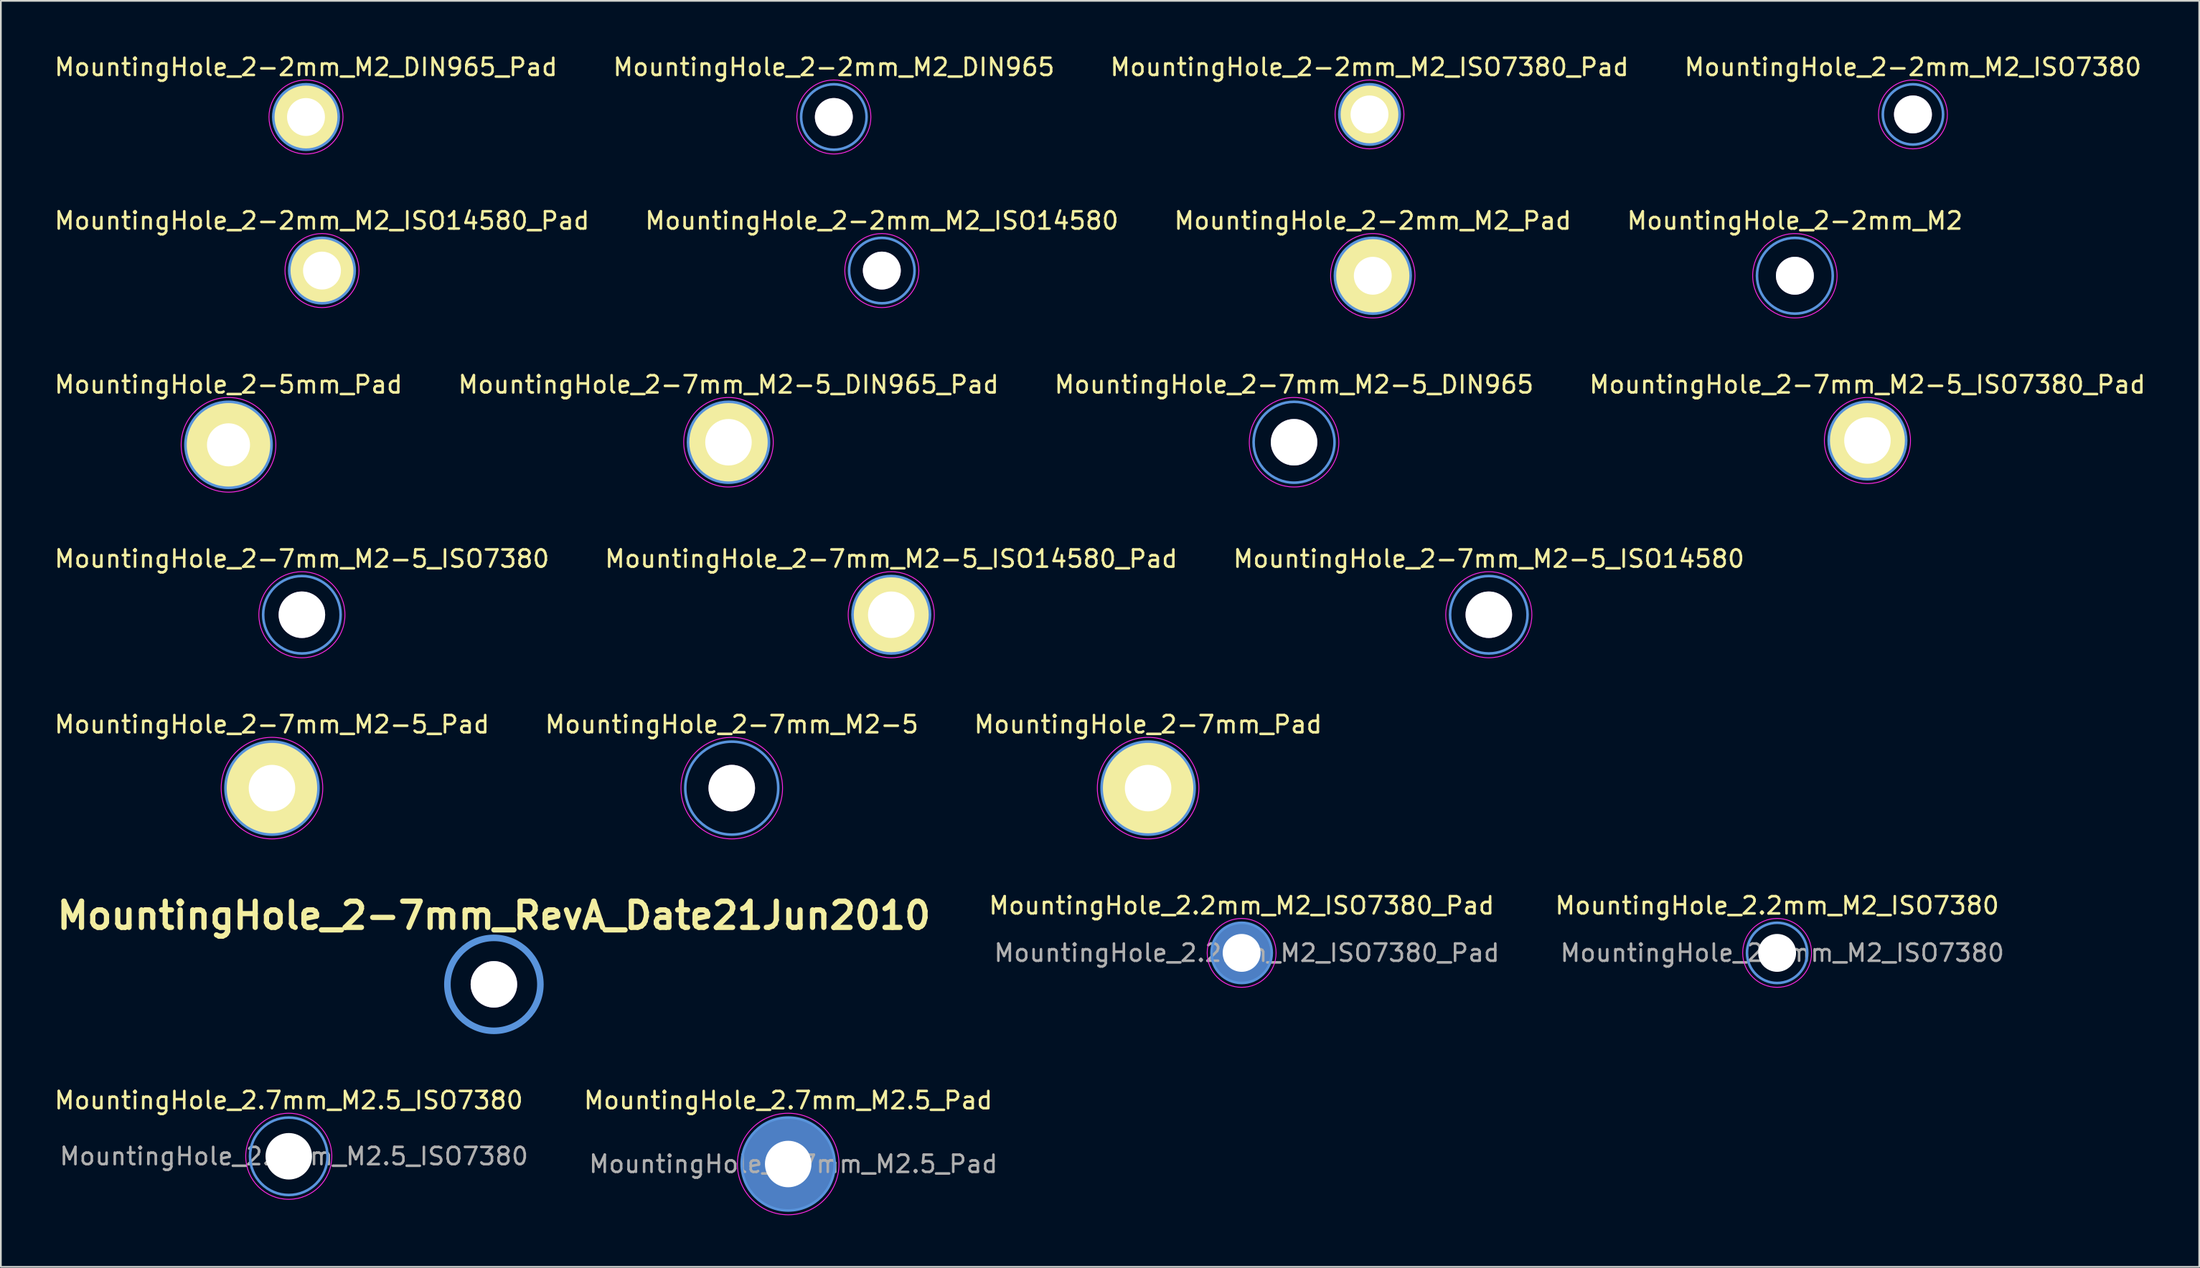
<source format=kicad_pcb>
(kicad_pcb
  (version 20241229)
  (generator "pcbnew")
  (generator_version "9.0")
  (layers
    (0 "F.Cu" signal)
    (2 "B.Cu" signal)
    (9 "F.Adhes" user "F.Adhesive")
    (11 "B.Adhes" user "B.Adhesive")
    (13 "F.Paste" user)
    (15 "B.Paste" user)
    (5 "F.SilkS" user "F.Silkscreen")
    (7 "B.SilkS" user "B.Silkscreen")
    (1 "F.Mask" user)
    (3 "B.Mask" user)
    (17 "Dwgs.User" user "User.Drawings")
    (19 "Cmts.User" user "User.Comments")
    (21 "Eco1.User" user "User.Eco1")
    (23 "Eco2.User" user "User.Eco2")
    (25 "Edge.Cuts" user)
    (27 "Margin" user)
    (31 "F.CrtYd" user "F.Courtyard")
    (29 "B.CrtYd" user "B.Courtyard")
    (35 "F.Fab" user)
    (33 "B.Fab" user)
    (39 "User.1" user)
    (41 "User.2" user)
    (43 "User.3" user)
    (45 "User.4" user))
  (footprint "MountingHole_2-2mm_M2_ISO7380"
    (layer "F.Cu")
    (at 108.042 3.598)
    (property "Reference" "MountingHole_2-2mm_M2_ISO7380" (at 0 -2.75 0) (layer "F.SilkS") (effects (font (size 1 1) (thickness 0.15))))
    (attr through_hole)
    (fp_circle (center 0 0) (end 1.75 0) (stroke (width 0.15) (type solid)) (fill no) (layer "Cmts.User"))
    (fp_circle (center 0 0) (end 2 0) (stroke (width 0.05) (type solid)) (fill no) (layer "F.CrtYd"))
    (pad "" thru_hole circle (at 0 0) (size 2.2 2.2) (drill 2.2) (layers)))
  (footprint "MountingHole_2-2mm_M2"
    (layer "F.Cu")
    (at 101.185 12.972)
    (property "Reference" "MountingHole_2-2mm_M2" (at 0 -3.2 0) (layer "F.SilkS") (effects (font (size 1 1) (thickness 0.15))))
    (attr through_hole)
    (fp_circle (center 0 0) (end 2.2 0) (stroke (width 0.15) (type solid)) (fill no) (layer "Cmts.User"))
    (fp_circle (center 0 0) (end 2.45 0) (stroke (width 0.05) (type solid)) (fill no) (layer "F.CrtYd"))
    (pad "" thru_hole circle (at 0 0) (size 2.2 2.2) (drill 2.2) (layers)))
  (footprint "MountingHole_2-7mm_M2-5_ISO14580_Pad"
    (layer "F.Cu")
    (at 48.708 32.668)
    (property "Reference" "MountingHole_2-7mm_M2-5_ISO14580_Pad" (at 0 -3.25 0) (layer "F.SilkS") (effects (font (size 1 1) (thickness 0.15))))
    (attr through_hole)
    (fp_circle (center 0 0) (end 2.25 0) (stroke (width 0.15) (type solid)) (fill no) (layer "Cmts.User"))
    (fp_circle (center 0 0) (end 2.5 0) (stroke (width 0.05) (type solid)) (fill no) (layer "F.CrtYd"))
    (pad "1" thru_hole circle (at 0 0) (size 4.5 4.5) (drill 2.7) (layers "*.Cu" "*.Mask" "F.SilkS")))
  (footprint "MountingHole_2.7mm_M2.5_ISO7380"
    (layer "F.Cu")
    (at 13.72 64.132)
    (property "Reference" "MountingHole_2.7mm_M2.5_ISO7380" (at 0 -3.25 0) (layer "F.SilkS") (effects (font (size 1 1) (thickness 0.15))))
    (attr through_hole)
    (fp_circle (center 0 0) (end 2.25 0) (stroke (width 0.15) (type solid)) (fill no) (layer "Cmts.User"))
    (fp_circle (center 0 0) (end 2.5 0) (stroke (width 0.05) (type solid)) (fill no) (layer "F.CrtYd"))
    (fp_text user "${REFERENCE}" (at 0.3 0 0) (layer "F.Fab") (effects (font (size 1 1) (thickness 0.15))))
    (pad "" np_thru_hole circle (at 0 0) (size 2.7 2.7) (drill 2.7) (layers "*.Cu" "*.Mask")))
  (footprint "MountingHole_2.7mm_M2.5_Pad"
    (layer "F.Cu")
    (at 42.723 64.582)
    (property "Reference" "MountingHole_2.7mm_M2.5_Pad" (at 0 -3.7 0) (layer "F.SilkS") (effects (font (size 1 1) (thickness 0.15))))
    (attr through_hole)
    (fp_circle (center 0 0) (end 2.7 0) (stroke (width 0.15) (type solid)) (fill no) (layer "Cmts.User"))
    (fp_circle (center 0 0) (end 2.95 0) (stroke (width 0.05) (type solid)) (fill no) (layer "F.CrtYd"))
    (fp_text user "${REFERENCE}" (at 0.3 0 0) (layer "F.Fab") (effects (font (size 1 1) (thickness 0.15))))
    (pad "1" thru_hole circle (at 0 0) (size 5.4 5.4) (drill 2.7) (layers "*.Cu" "*.Mask")))
  (footprint "MountingHole_2-7mm_Pad"
    (layer "F.Cu")
    (at 63.625 42.741)
    (property "Reference" "MountingHole_2-7mm_Pad" (at 0 -3.7 0) (layer "F.SilkS") (effects (font (size 1 1) (thickness 0.15))))
    (attr through_hole)
    (fp_circle (center 0 0) (end 2.7 0) (stroke (width 0.15) (type solid)) (fill no) (layer "Cmts.User"))
    (fp_circle (center 0 0) (end 2.95 0) (stroke (width 0.05) (type solid)) (fill no) (layer "F.CrtYd"))
    (pad "1" thru_hole circle (at 0 0) (size 5.4 5.4) (drill 2.7) (layers "*.Cu" "*.Mask" "F.SilkS")))
  (footprint "MountingHole_2-7mm_M2-5_ISO7380"
    (layer "F.Cu")
    (at 14.482 32.668)
    (property "Reference" "MountingHole_2-7mm_M2-5_ISO7380" (at 0 -3.25 0) (layer "F.SilkS") (effects (font (size 1 1) (thickness 0.15))))
    (attr through_hole)
    (fp_circle (center 0 0) (end 2.25 0) (stroke (width 0.15) (type solid)) (fill no) (layer "Cmts.User"))
    (fp_circle (center 0 0) (end 2.5 0) (stroke (width 0.05) (type solid)) (fill no) (layer "F.CrtYd"))
    (pad "" thru_hole circle (at 0 0) (size 2.7 2.7) (drill 2.7) (layers)))
  (footprint "MountingHole_2-5mm_Pad"
    (layer "F.Cu")
    (at 10.22 22.795)
    (property "Reference" "MountingHole_2-5mm_Pad" (at 0 -3.5 0) (layer "F.SilkS") (effects (font (size 1 1) (thickness 0.15))))
    (attr through_hole)
    (fp_circle (center 0 0) (end 2.5 0) (stroke (width 0.15) (type solid)) (fill no) (layer "Cmts.User"))
    (fp_circle (center 0 0) (end 2.75 0) (stroke (width 0.05) (type solid)) (fill no) (layer "F.CrtYd"))
    (pad "1" thru_hole circle (at 0 0) (size 5 5) (drill 2.5) (layers "*.Cu" "*.Mask" "F.SilkS")))
  (footprint "MountingHole_2.2mm_M2_ISO7380_Pad"
    (layer "F.Cu")
    (at 69.056 52.315)
    (property "Reference" "MountingHole_2.2mm_M2_ISO7380_Pad" (at 0 -2.75 0) (layer "F.SilkS") (effects (font (size 1 1) (thickness 0.15))))
    (attr through_hole)
    (fp_circle (center 0 0) (end 1.75 0) (stroke (width 0.15) (type solid)) (fill no) (layer "Cmts.User"))
    (fp_circle (center 0 0) (end 2 0) (stroke (width 0.05) (type solid)) (fill no) (layer "F.CrtYd"))
    (fp_text user "${REFERENCE}" (at 0.3 0 0) (layer "F.Fab") (effects (font (size 1 1) (thickness 0.15))))
    (pad "1" thru_hole circle (at 0 0) (size 3.5 3.5) (drill 2.2) (layers "*.Cu" "*.Mask")))
  (footprint "MountingHole_2-7mm_M2-5_DIN965_Pad"
    (layer "F.Cu")
    (at 39.256 22.645)
    (property "Reference" "MountingHole_2-7mm_M2-5_DIN965_Pad" (at 0 -3.35 0) (layer "F.SilkS") (effects (font (size 1 1) (thickness 0.15))))
    (attr through_hole)
    (fp_circle (center 0 0) (end 2.35 0) (stroke (width 0.15) (type solid)) (fill no) (layer "Cmts.User"))
    (fp_circle (center 0 0) (end 2.6 0) (stroke (width 0.05) (type solid)) (fill no) (layer "F.CrtYd"))
    (pad "1" thru_hole circle (at 0 0) (size 4.7 4.7) (drill 2.7) (layers "*.Cu" "*.Mask" "F.SilkS")))
  (footprint "MountingHole_2-7mm_M2-5_DIN965"
    (layer "F.Cu")
    (at 72.101 22.645)
    (property "Reference" "MountingHole_2-7mm_M2-5_DIN965" (at 0 -3.35 0) (layer "F.SilkS") (effects (font (size 1 1) (thickness 0.15))))
    (attr through_hole)
    (fp_circle (center 0 0) (end 2.35 0) (stroke (width 0.15) (type solid)) (fill no) (layer "Cmts.User"))
    (fp_circle (center 0 0) (end 2.6 0) (stroke (width 0.05) (type solid)) (fill no) (layer "F.CrtYd"))
    (pad "" thru_hole circle (at 0 0) (size 2.7 2.7) (drill 2.7) (layers)))
  (footprint "MountingHole_2.2mm_M2_ISO7380"
    (layer "F.Cu")
    (at 100.154 52.315)
    (property "Reference" "MountingHole_2.2mm_M2_ISO7380" (at 0 -2.75 0) (layer "F.SilkS") (effects (font (size 1 1) (thickness 0.15))))
    (attr through_hole)
    (fp_circle (center 0 0) (end 1.75 0) (stroke (width 0.15) (type solid)) (fill no) (layer "Cmts.User"))
    (fp_circle (center 0 0) (end 2 0) (stroke (width 0.05) (type solid)) (fill no) (layer "F.CrtYd"))
    (fp_text user "${REFERENCE}" (at 0.3 0 0) (layer "F.Fab") (effects (font (size 1 1) (thickness 0.15))))
    (pad "" np_thru_hole circle (at 0 0) (size 2.2 2.2) (drill 2.2) (layers "*.Cu" "*.Mask")))
  (footprint "MountingHole_2-2mm_M2_DIN965_Pad"
    (layer "F.Cu")
    (at 14.72 3.748)
    (property "Reference" "MountingHole_2-2mm_M2_DIN965_Pad" (at 0 -2.9 0) (layer "F.SilkS") (effects (font (size 1 1) (thickness 0.15))))
    (attr through_hole)
    (fp_circle (center 0 0) (end 1.9 0) (stroke (width 0.15) (type solid)) (fill no) (layer "Cmts.User"))
    (fp_circle (center 0 0) (end 2.15 0) (stroke (width 0.05) (type solid)) (fill no) (layer "F.CrtYd"))
    (pad "1" thru_hole circle (at 0 0) (size 3.8 3.8) (drill 2.2) (layers "*.Cu" "*.Mask" "F.SilkS")))
  (footprint "MountingHole_2-7mm_M2-5_ISO7380_Pad"
    (layer "F.Cu")
    (at 105.399 22.545)
    (property "Reference" "MountingHole_2-7mm_M2-5_ISO7380_Pad" (at 0 -3.25 0) (layer "F.SilkS") (effects (font (size 1 1) (thickness 0.15))))
    (attr through_hole)
    (fp_circle (center 0 0) (end 2.25 0) (stroke (width 0.15) (type solid)) (fill no) (layer "Cmts.User"))
    (fp_circle (center 0 0) (end 2.5 0) (stroke (width 0.05) (type solid)) (fill no) (layer "F.CrtYd"))
    (pad "1" thru_hole circle (at 0 0) (size 4.5 4.5) (drill 2.7) (layers "*.Cu" "*.Mask" "F.SilkS")))
  (footprint "MountingHole_2-2mm_M2_ISO14580"
    (layer "F.Cu")
    (at 48.161 12.671)
    (property "Reference" "MountingHole_2-2mm_M2_ISO14580" (at 0 -2.9 0) (layer "F.SilkS") (effects (font (size 1 1) (thickness 0.15))))
    (attr through_hole)
    (fp_circle (center 0 0) (end 1.9 0) (stroke (width 0.15) (type solid)) (fill no) (layer "Cmts.User"))
    (fp_circle (center 0 0) (end 2.15 0) (stroke (width 0.05) (type solid)) (fill no) (layer "F.CrtYd"))
    (pad "" thru_hole circle (at 0 0) (size 2.2 2.2) (drill 2.2) (layers)))
  (footprint "MountingHole_2-7mm_M2-5_Pad"
    (layer "F.Cu")
    (at 12.744 42.741)
    (property "Reference" "MountingHole_2-7mm_M2-5_Pad" (at 0 -3.7 0) (layer "F.SilkS") (effects (font (size 1 1) (thickness 0.15))))
    (attr through_hole)
    (fp_circle (center 0 0) (end 2.7 0) (stroke (width 0.15) (type solid)) (fill no) (layer "Cmts.User"))
    (fp_circle (center 0 0) (end 2.95 0) (stroke (width 0.05) (type solid)) (fill no) (layer "F.CrtYd"))
    (pad "1" thru_hole circle (at 0 0) (size 5.4 5.4) (drill 2.7) (layers "*.Cu" "*.Mask" "F.SilkS")))
  (footprint "MountingHole_2-2mm_M2_ISO7380_Pad"
    (layer "F.Cu")
    (at 76.482 3.598)
    (property "Reference" "MountingHole_2-2mm_M2_ISO7380_Pad" (at 0 -2.75 0) (layer "F.SilkS") (effects (font (size 1 1) (thickness 0.15))))
    (attr through_hole)
    (fp_circle (center 0 0) (end 1.75 0) (stroke (width 0.15) (type solid)) (fill no) (layer "Cmts.User"))
    (fp_circle (center 0 0) (end 2 0) (stroke (width 0.05) (type solid)) (fill no) (layer "F.CrtYd"))
    (pad "1" thru_hole circle (at 0 0) (size 3.5 3.5) (drill 2.2) (layers "*.Cu" "*.Mask" "F.SilkS")))
  (footprint "MountingHole_2-7mm_M2-5_ISO14580"
    (layer "F.Cu")
    (at 83.411 32.668)
    (property "Reference" "MountingHole_2-7mm_M2-5_ISO14580" (at 0 -3.25 0) (layer "F.SilkS") (effects (font (size 1 1) (thickness 0.15))))
    (attr through_hole)
    (fp_circle (center 0 0) (end 2.25 0) (stroke (width 0.15) (type solid)) (fill no) (layer "Cmts.User"))
    (fp_circle (center 0 0) (end 2.5 0) (stroke (width 0.05) (type solid)) (fill no) (layer "F.CrtYd"))
    (pad "" thru_hole circle (at 0 0) (size 2.7 2.7) (drill 2.7) (layers)))
  (footprint "MountingHole_2-7mm_M2-5"
    (layer "F.Cu")
    (at 39.446 42.741)
    (property "Reference" "MountingHole_2-7mm_M2-5" (at 0 -3.7 0) (layer "F.SilkS") (effects (font (size 1 1) (thickness 0.15))))
    (attr through_hole)
    (fp_circle (center 0 0) (end 2.7 0) (stroke (width 0.15) (type solid)) (fill no) (layer "Cmts.User"))
    (fp_circle (center 0 0) (end 2.95 0) (stroke (width 0.05) (type solid)) (fill no) (layer "F.CrtYd"))
    (pad "" thru_hole circle (at 0 0) (size 2.7 2.7) (drill 2.7) (layers)))
  (footprint "MountingHole_2-2mm_M2_Pad"
    (layer "F.Cu")
    (at 76.673 12.972)
    (property "Reference" "MountingHole_2-2mm_M2_Pad" (at 0 -3.2 0) (layer "F.SilkS") (effects (font (size 1 1) (thickness 0.15))))
    (attr through_hole)
    (fp_circle (center 0 0) (end 2.2 0) (stroke (width 0.15) (type solid)) (fill no) (layer "Cmts.User"))
    (fp_circle (center 0 0) (end 2.45 0) (stroke (width 0.05) (type solid)) (fill no) (layer "F.CrtYd"))
    (pad "1" thru_hole circle (at 0 0) (size 4.4 4.4) (drill 2.2) (layers "*.Cu" "*.Mask" "F.SilkS")))
  (footprint "MountingHole_2-2mm_M2_DIN965"
    (layer "F.Cu")
    (at 45.375 3.748)
    (property "Reference" "MountingHole_2-2mm_M2_DIN965" (at 0 -2.9 0) (layer "F.SilkS") (effects (font (size 1 1) (thickness 0.15))))
    (attr through_hole)
    (fp_circle (center 0 0) (end 1.9 0) (stroke (width 0.15) (type solid)) (fill no) (layer "Cmts.User"))
    (fp_circle (center 0 0) (end 2.15 0) (stroke (width 0.05) (type solid)) (fill no) (layer "F.CrtYd"))
    (pad "" thru_hole circle (at 0 0) (size 2.2 2.2) (drill 2.2) (layers)))
  (footprint "MountingHole_2-2mm_M2_ISO14580_Pad"
    (layer "F.Cu")
    (at 15.649 12.671)
    (property "Reference" "MountingHole_2-2mm_M2_ISO14580_Pad" (at 0 -2.9 0) (layer "F.SilkS") (effects (font (size 1 1) (thickness 0.15))))
    (attr through_hole)
    (fp_circle (center 0 0) (end 1.9 0) (stroke (width 0.15) (type solid)) (fill no) (layer "Cmts.User"))
    (fp_circle (center 0 0) (end 2.15 0) (stroke (width 0.05) (type solid)) (fill no) (layer "F.CrtYd"))
    (pad "1" thru_hole circle (at 0 0) (size 3.8 3.8) (drill 2.2) (layers "*.Cu" "*.Mask" "F.SilkS")))
  (footprint "MountingHole_2-7mm_RevA_Date21Jun2010"
    (layer "F.Cu")
    (at 25.632 54.143)
    (property "Reference" "MountingHole_2-7mm_RevA_Date21Jun2010" (at 0 -4 0) (layer "F.SilkS") (effects (font (size 1.524 1.524) (thickness 0.305))))
    (attr through_hole)
    (fp_circle (center 0 0) (end 2.7 0) (stroke (width 0.381) (type solid)) (fill no) (layer "Cmts.User"))
    (pad "" thru_hole circle (at 0 0) (size 2.7 2.7) (drill 2.7) (layers)))
  (gr_rect
    (start -3 -3)
    (end 124.667 70.557)
    (stroke (width 0.1) (type default))
    (fill no)
    (layer "Edge.Cuts")))
</source>
